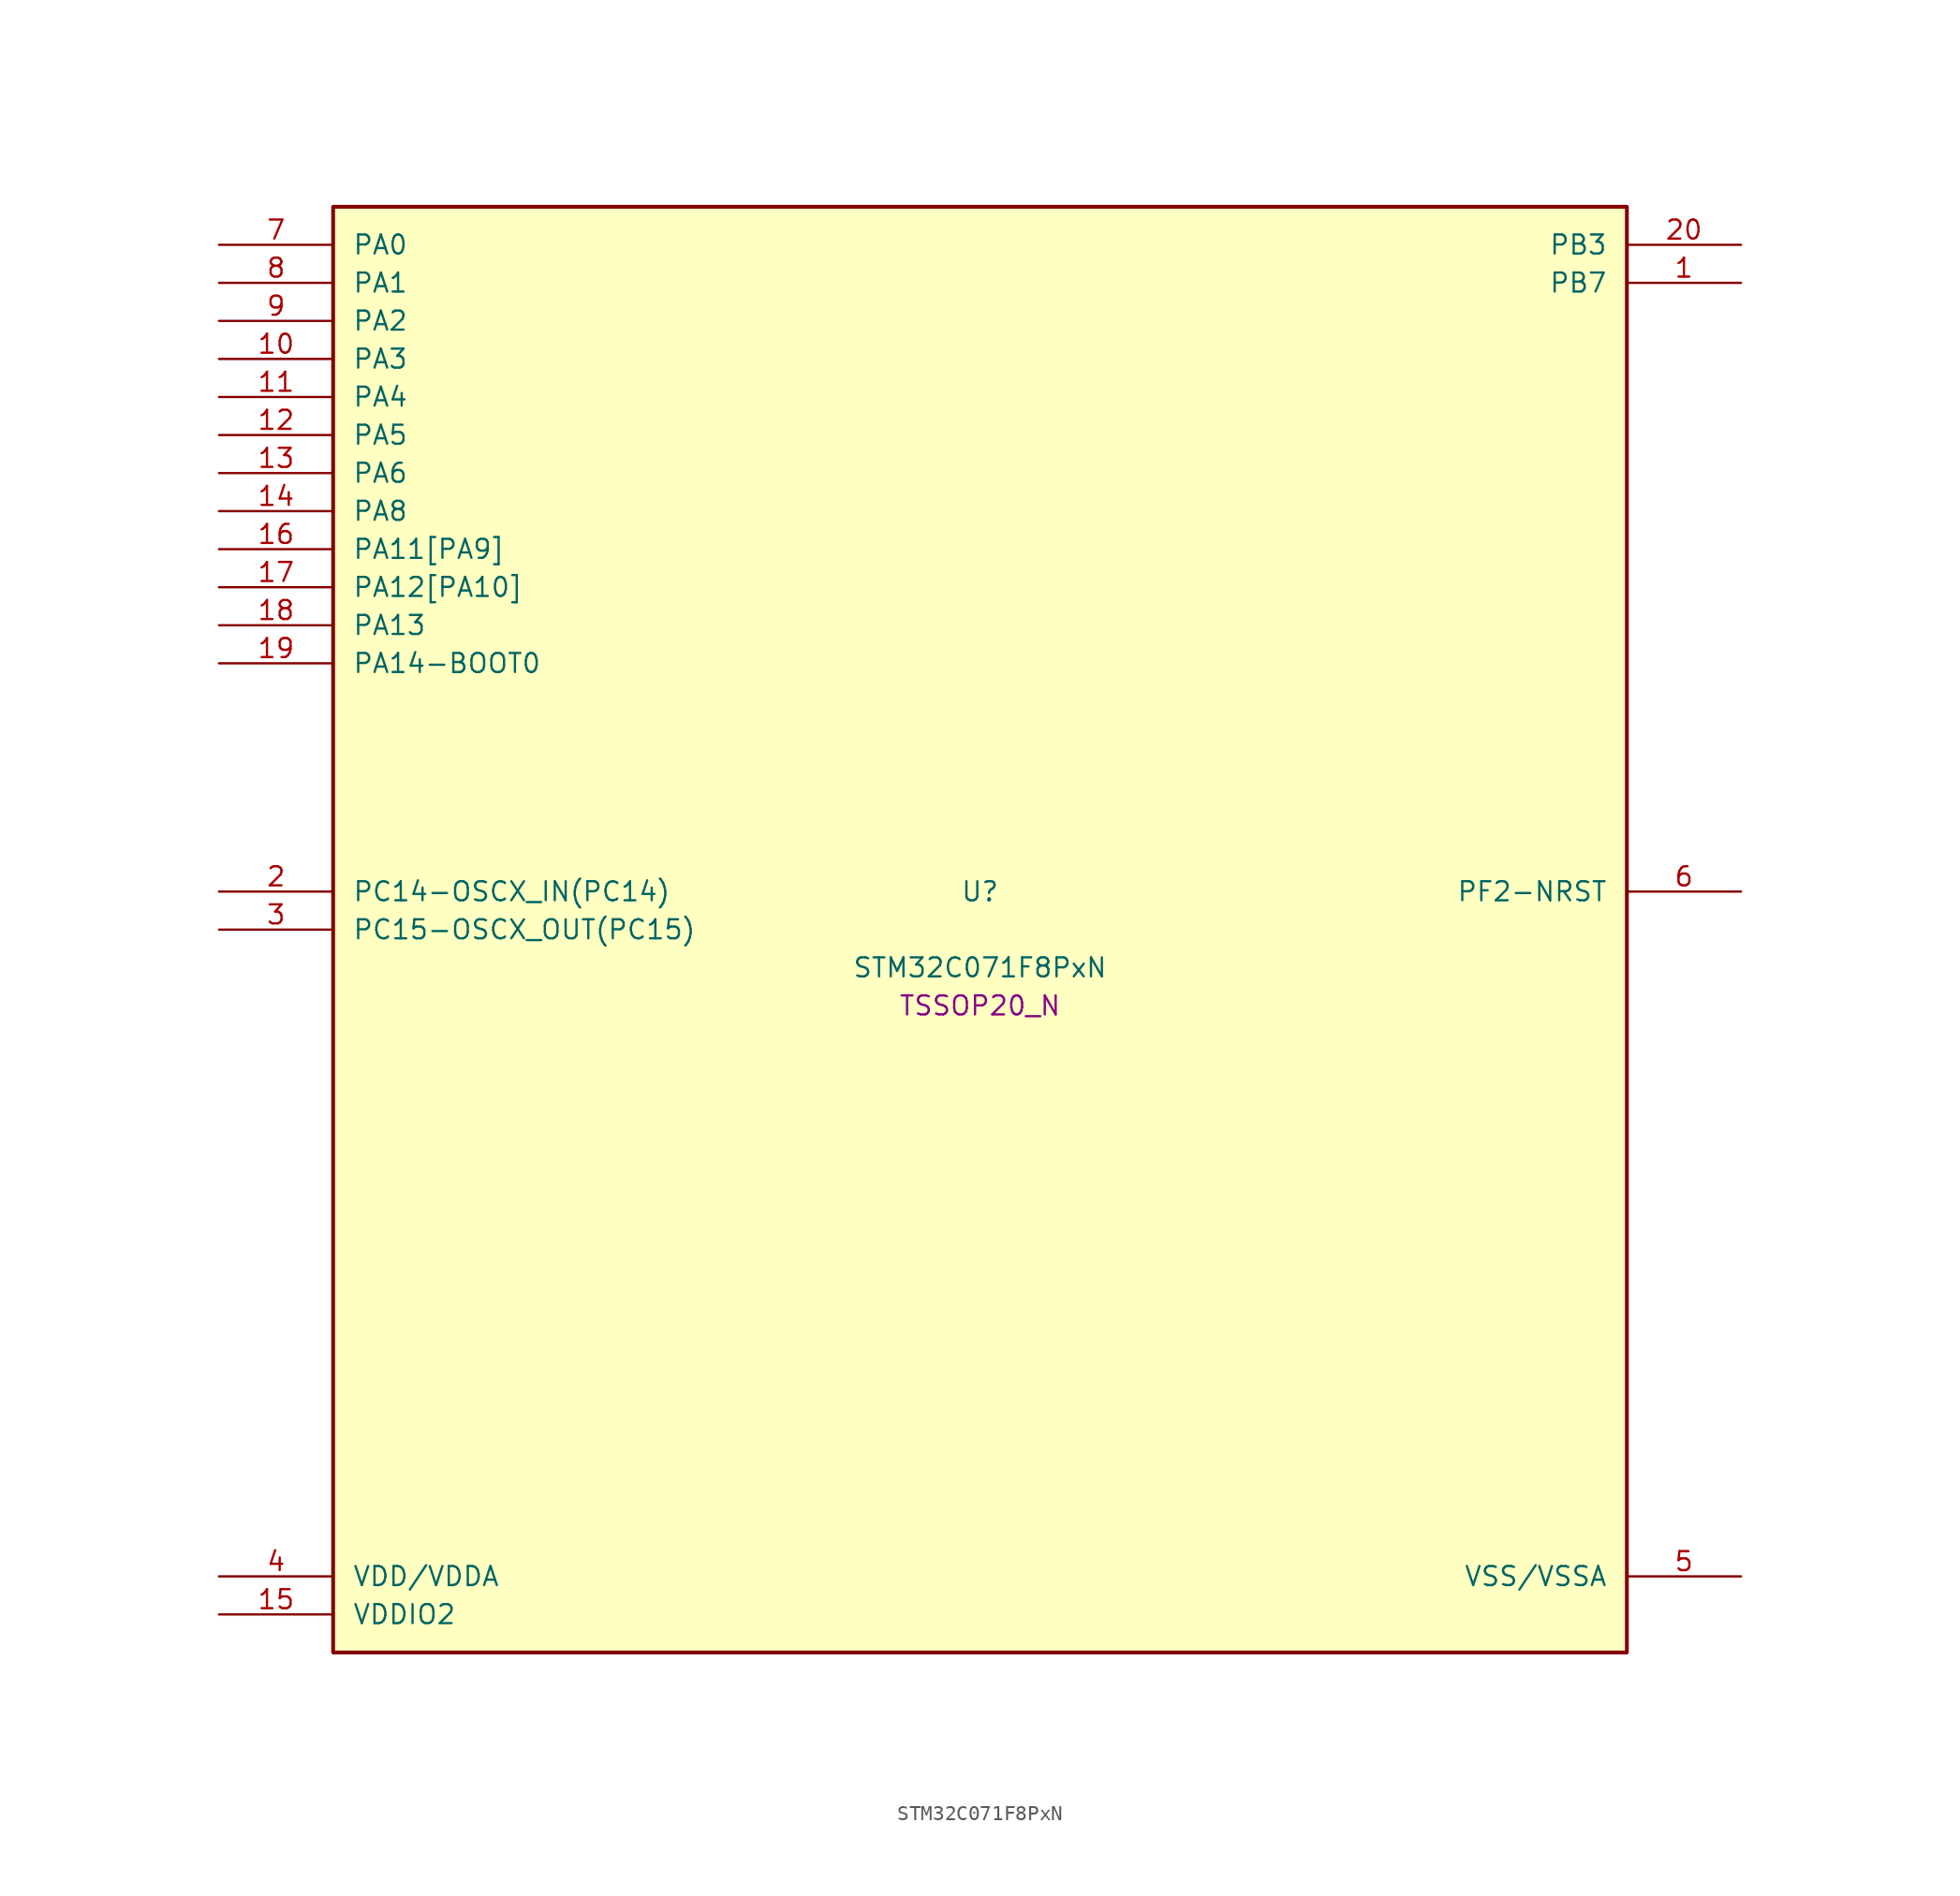
<source format=kicad_sym>
(kicad_symbol_lib
  (version 20241209)
  (generator "stm32_pkl_generator")
  (generator_version "1.0")
  (symbol "STM32C071F8PxN"
    (pin_names
      (offset 1.27))
    (property "Reference" "U"
      (at 0 2.54 0))
    (property "Value" "STM32C071F8PxN"
      (at 0 -2.54 0))
    (property "Footprint" "TSSOP20_N"
      (at 0 -5.08 0))
    (symbol "STM32C071F8PxN_1_1"
      (rectangle (start -43.18 48.26) (end 43.18 -48.26) (stroke (width 0.254) (type solid)) (fill (type background)))
      (pin bidirectional line (at -50.8 45.72 0) (length 7.62) (name "PA0") (number "7") (alternate "PA0/ADC1_IN0" bidirectional line) (alternate "PA0/PWR_WKUP1" bidirectional line) (alternate "PA0/SPI2_SCK" bidirectional line) (alternate "PA0/TIM16_CH1" bidirectional line) (alternate "PA0/TIM1_CH1" bidirectional line) (alternate "PA0/TIM2_CH1" bidirectional line) (alternate "PA0/TIM2_ETR" bidirectional line) (alternate "PA0/USART1_TX" bidirectional line) (alternate "PA0/USART2_CTS" bidirectional line) (alternate "PA0/USART2_NSS" bidirectional line))
      (pin bidirectional line (at -50.8 43.18 0) (length 7.62) (name "PA1") (number "8") (alternate "PA1/ADC1_IN1" bidirectional line) (alternate "PA1/I2C1_SMBA" bidirectional line) (alternate "PA1/I2S1_CK" bidirectional line) (alternate "PA1/SPI1_SCK" bidirectional line) (alternate "PA1/TIM17_CH1" bidirectional line) (alternate "PA1/TIM1_CH2" bidirectional line) (alternate "PA1/TIM2_CH2" bidirectional line) (alternate "PA1/USART1_RX" bidirectional line) (alternate "PA1/USART2_CK" bidirectional line) (alternate "PA1/USART2_DE" bidirectional line) (alternate "PA1/USART2_RTS" bidirectional line))
      (pin bidirectional line (at -50.8 40.64 0) (length 7.62) (name "PA2") (number "9") (alternate "PA2/ADC1_IN2" bidirectional line) (alternate "PA2/I2S1_SD" bidirectional line) (alternate "PA2/PWR_WKUP4" bidirectional line) (alternate "PA2/RCC_LSCO" bidirectional line) (alternate "PA2/SPI1_MOSI" bidirectional line) (alternate "PA2/TIM16_CH1N" bidirectional line) (alternate "PA2/TIM1_CH3" bidirectional line) (alternate "PA2/TIM2_CH3" bidirectional line) (alternate "PA2/TIM3_ETR" bidirectional line) (alternate "PA2/USART2_TX" bidirectional line))
      (pin bidirectional line (at -50.8 38.1 0) (length 7.62) (name "PA3") (number "10") (alternate "PA3/ADC1_IN3" bidirectional line) (alternate "PA3/SPI2_MISO" bidirectional line) (alternate "PA3/TIM1_CH1N" bidirectional line) (alternate "PA3/TIM1_CH4" bidirectional line) (alternate "PA3/TIM2_CH4" bidirectional line) (alternate "PA3/USART2_RX" bidirectional line))
      (pin bidirectional line (at -50.8 35.56 0) (length 7.62) (name "PA4") (number "11") (alternate "PA4/ADC1_IN4" bidirectional line) (alternate "PA4/I2S1_WS" bidirectional line) (alternate "PA4/PWR_WKUP2" bidirectional line) (alternate "PA4/RTC_OUT1" bidirectional line) (alternate "PA4/RTC_TS" bidirectional line) (alternate "PA4/SPI1_NSS" bidirectional line) (alternate "PA4/SPI2_MOSI" bidirectional line) (alternate "PA4/TIM14_CH1" bidirectional line) (alternate "PA4/TIM17_CH1N" bidirectional line) (alternate "PA4/TIM1_CH2N" bidirectional line) (alternate "PA4/USART2_TX" bidirectional line) (alternate "PA4/USB_NOE" bidirectional line))
      (pin bidirectional line (at -50.8 33.02 0) (length 7.62) (name "PA5") (number "12") (alternate "PA5/ADC1_IN5" bidirectional line) (alternate "PA5/I2S1_CK" bidirectional line) (alternate "PA5/SPI1_SCK" bidirectional line) (alternate "PA5/TIM1_CH1" bidirectional line) (alternate "PA5/TIM1_CH3N" bidirectional line) (alternate "PA5/TIM2_CH1" bidirectional line) (alternate "PA5/TIM2_ETR" bidirectional line) (alternate "PA5/USART2_RX" bidirectional line))
      (pin bidirectional line (at -50.8 30.48 0) (length 7.62) (name "PA6") (number "13") (alternate "PA6/ADC1_IN6" bidirectional line) (alternate "PA6/I2C2_SDA" bidirectional line) (alternate "PA6/I2S1_MCK" bidirectional line) (alternate "PA6/SPI1_MISO" bidirectional line) (alternate "PA6/TIM16_CH1" bidirectional line) (alternate "PA6/TIM1_BKIN" bidirectional line) (alternate "PA6/TIM3_CH1" bidirectional line))
      (pin bidirectional line (at -50.8 27.94 0) (length 7.62) (name "PA8") (number "14") (alternate "PA8/ADC1_IN8" bidirectional line) (alternate "PA8/CRS_SYNC" bidirectional line) (alternate "PA8/I2S1_WS" bidirectional line) (alternate "PA8/RCC_MCO" bidirectional line) (alternate "PA8/RCC_MCO_2" bidirectional line) (alternate "PA8/SPI1_NSS" bidirectional line) (alternate "PA8/SPI2_MISO" bidirectional line) (alternate "PA8/SPI2_NSS" bidirectional line) (alternate "PA8/TIM14_CH1" bidirectional line) (alternate "PA8/TIM1_CH1" bidirectional line) (alternate "PA8/TIM1_CH2N" bidirectional line) (alternate "PA8/TIM1_CH3N" bidirectional line) (alternate "PA8/TIM3_CH3" bidirectional line) (alternate "PA8/TIM3_CH4" bidirectional line) (alternate "PA8/USART1_RX" bidirectional line) (alternate "PA8/USART2_TX" bidirectional line))
      (pin bidirectional line (at -50.8 25.4 0) (length 7.62) (name "PA11[PA9]") (number "16") (alternate "PA11[PA9]/ADC1_EXTI11" bidirectional line) (alternate "PA11[PA9]/I2C2_SCL" bidirectional line) (alternate "PA11[PA9]/I2S1_MCK" bidirectional line) (alternate "PA11[PA9]/SPI1_MISO" bidirectional line) (alternate "PA11[PA9]/TIM1_BKIN2" bidirectional line) (alternate "PA11[PA9]/TIM1_CH4" bidirectional line) (alternate "PA11[PA9]/USART1_CTS" bidirectional line) (alternate "PA11[PA9]/USART1_NSS" bidirectional line) (alternate "PA11[PA9]/USB_DM" bidirectional line) (alternate "PA11[PA9]/PA9[PA11]" bidirectional line) (alternate "PA11[PA9]/I2C1_SCL" bidirectional line) (alternate "PA11[PA9]/RCC_MCO" bidirectional line) (alternate "PA11[PA9]/SPI2_MISO" bidirectional line) (alternate "PA11[PA9]/TIM1_CH2" bidirectional line) (alternate "PA11[PA9]/TIM3_ETR" bidirectional line) (alternate "PA11[PA9]/USART1_TX" bidirectional line))
      (pin bidirectional line (at -50.8 22.86 0) (length 7.62) (name "PA12[PA10]") (number "17") (alternate "PA12[PA10]/I2C2_SDA" bidirectional line) (alternate "PA12[PA10]/I2S1_SD" bidirectional line) (alternate "PA12[PA10]/I2S_CKIN" bidirectional line) (alternate "PA12[PA10]/SPI1_MOSI" bidirectional line) (alternate "PA12[PA10]/TIM1_ETR" bidirectional line) (alternate "PA12[PA10]/USART1_CK" bidirectional line) (alternate "PA12[PA10]/USART1_DE" bidirectional line) (alternate "PA12[PA10]/USART1_RTS" bidirectional line) (alternate "PA12[PA10]/USB_DP" bidirectional line) (alternate "PA12[PA10]/PA10[PA12]" bidirectional line) (alternate "PA12[PA10]/I2C1_SDA" bidirectional line) (alternate "PA12[PA10]/RCC_MCO_2" bidirectional line) (alternate "PA12[PA10]/SPI2_MOSI" bidirectional line) (alternate "PA12[PA10]/TIM17_BKIN" bidirectional line) (alternate "PA12[PA10]/TIM1_CH3" bidirectional line) (alternate "PA12[PA10]/USART1_RX" bidirectional line))
      (pin bidirectional line (at -50.8 20.32 0) (length 7.62) (name "PA13") (number "18") (alternate "PA13/ADC1_IN13" bidirectional line) (alternate "PA13/DEBUG_SWDIO" bidirectional line) (alternate "PA13/IR_OUT" bidirectional line) (alternate "PA13/TIM3_ETR" bidirectional line) (alternate "PA13/USART2_RX" bidirectional line) (alternate "PA13/USB_NOE" bidirectional line))
      (pin bidirectional line (at -50.8 17.78 0) (length 7.62) (name "PA14-BOOT0") (number "19") (alternate "PA14-BOOT0/ADC1_IN14" bidirectional line) (alternate "PA14-BOOT0/DEBUG_SWCLK" bidirectional line) (alternate "PA14-BOOT0/I2S1_WS" bidirectional line) (alternate "PA14-BOOT0/RCC_MCO_2" bidirectional line) (alternate "PA14-BOOT0/SPI1_NSS" bidirectional line) (alternate "PA14-BOOT0/TIM1_CH1" bidirectional line) (alternate "PA14-BOOT0/USART1_CK" bidirectional line) (alternate "PA14-BOOT0/USART1_DE" bidirectional line) (alternate "PA14-BOOT0/USART1_RTS" bidirectional line) (alternate "PA14-BOOT0/USART2_RX" bidirectional line) (alternate "PA14-BOOT0/USART2_TX" bidirectional line) (alternate "PA14-BOOT0/PA15" bidirectional line) (alternate "PA14-BOOT0/TIM2_CH1" bidirectional line) (alternate "PA14-BOOT0/TIM2_ETR" bidirectional line) (alternate "PA14-BOOT0/USB_NOE" bidirectional line))
      (pin bidirectional line (at 50.8 45.72 180) (length 7.62) (name "PB3") (number "20") (alternate "PB3/I2C2_SCL" bidirectional line) (alternate "PB3/I2S1_CK" bidirectional line) (alternate "PB3/SPI1_SCK" bidirectional line) (alternate "PB3/TIM1_CH2" bidirectional line) (alternate "PB3/TIM2_CH2" bidirectional line) (alternate "PB3/TIM3_CH2" bidirectional line) (alternate "PB3/USART1_CK" bidirectional line) (alternate "PB3/USART1_DE" bidirectional line) (alternate "PB3/USART1_RTS" bidirectional line) (alternate "PB3/PB4" bidirectional line) (alternate "PB3/I2C2_SDA" bidirectional line) (alternate "PB3/I2S1_MCK" bidirectional line) (alternate "PB3/SPI1_MISO" bidirectional line) (alternate "PB3/TIM17_BKIN" bidirectional line) (alternate "PB3/TIM3_CH1" bidirectional line) (alternate "PB3/USART1_CTS" bidirectional line) (alternate "PB3/USART1_NSS" bidirectional line) (alternate "PB3/PB5" bidirectional line) (alternate "PB3/I2C1_SMBA" bidirectional line) (alternate "PB3/I2S1_SD" bidirectional line) (alternate "PB3/PWR_WKUP6" bidirectional line) (alternate "PB3/SPI1_MOSI" bidirectional line) (alternate "PB3/TIM16_BKIN" bidirectional line) (alternate "PB3/TIM3_CH3" bidirectional line) (alternate "PB3/PB6" bidirectional line) (alternate "PB3/I2C1_SCL" bidirectional line) (alternate "PB3/PWR_WKUP3" bidirectional line) (alternate "PB3/SPI2_MISO" bidirectional line) (alternate "PB3/TIM16_CH1N" bidirectional line) (alternate "PB3/TIM1_CH3" bidirectional line) (alternate "PB3/USART1_TX" bidirectional line))
      (pin bidirectional line (at 50.8 43.18 180) (length 7.62) (name "PB7") (number "1") (alternate "PB7/I2C1_SCL" bidirectional line) (alternate "PB7/I2C1_SDA" bidirectional line) (alternate "PB7/RTC_REFIN" bidirectional line) (alternate "PB7/SPI2_MOSI" bidirectional line) (alternate "PB7/TIM16_CH1" bidirectional line) (alternate "PB7/TIM17_CH1N" bidirectional line) (alternate "PB7/TIM1_CH4" bidirectional line) (alternate "PB7/TIM3_CH1" bidirectional line) (alternate "PB7/TIM3_CH4" bidirectional line) (alternate "PB7/USART1_RX" bidirectional line) (alternate "PB7/USART2_CTS" bidirectional line) (alternate "PB7/USART2_NSS" bidirectional line) (alternate "PB7/PB8" bidirectional line) (alternate "PB7/SPI2_SCK" bidirectional line))
      (pin bidirectional line (at -50.8 2.54 0) (length 7.62) (name "PC14-OSCX_IN(PC14)") (number "2") (alternate "PC14-OSCX_IN(PC14)/I2C1_SDA" bidirectional line) (alternate "PC14-OSCX_IN(PC14)/IR_OUT" bidirectional line) (alternate "PC14-OSCX_IN(PC14)/RCC_OSCX_IN" bidirectional line) (alternate "PC14-OSCX_IN(PC14)/SPI2_NSS" bidirectional line) (alternate "PC14-OSCX_IN(PC14)/TIM17_CH1" bidirectional line) (alternate "PC14-OSCX_IN(PC14)/TIM1_BKIN2" bidirectional line) (alternate "PC14-OSCX_IN(PC14)/TIM1_ETR" bidirectional line) (alternate "PC14-OSCX_IN(PC14)/TIM3_CH2" bidirectional line) (alternate "PC14-OSCX_IN(PC14)/USART1_TX" bidirectional line) (alternate "PC14-OSCX_IN(PC14)/USART2_CK" bidirectional line) (alternate "PC14-OSCX_IN(PC14)/USART2_DE" bidirectional line) (alternate "PC14-OSCX_IN(PC14)/USART2_RTS" bidirectional line))
      (pin bidirectional line (at -50.8 0 0) (length 7.62) (name "PC15-OSCX_OUT(PC15)") (number "3") (alternate "PC15-OSCX_OUT(PC15)/RCC_OSC32_EN" bidirectional line) (alternate "PC15-OSCX_OUT(PC15)/RCC_OSCX_OUT" bidirectional line) (alternate "PC15-OSCX_OUT(PC15)/RCC_OSC_EN" bidirectional line) (alternate "PC15-OSCX_OUT(PC15)/TIM1_ETR" bidirectional line) (alternate "PC15-OSCX_OUT(PC15)/TIM3_CH3" bidirectional line))
      (pin bidirectional line (at 50.8 2.54 180) (length 7.62) (name "PF2-NRST") (number "6") (alternate "PF2-NRST/RCC_MCO" bidirectional line) (alternate "PF2-NRST/TIM1_CH4" bidirectional line))
      (pin power_in line (at -50.8 -43.18 0) (length 7.62) (name "VDD/VDDA") (number "4"))
      (pin power_in line (at -50.8 -45.72 0) (length 7.62) (name "VDDIO2") (number "15"))
      (pin power_in line (at 50.8 -43.18 180) (length 7.62) (name "VSS/VSSA") (number "5")))))
</source>
